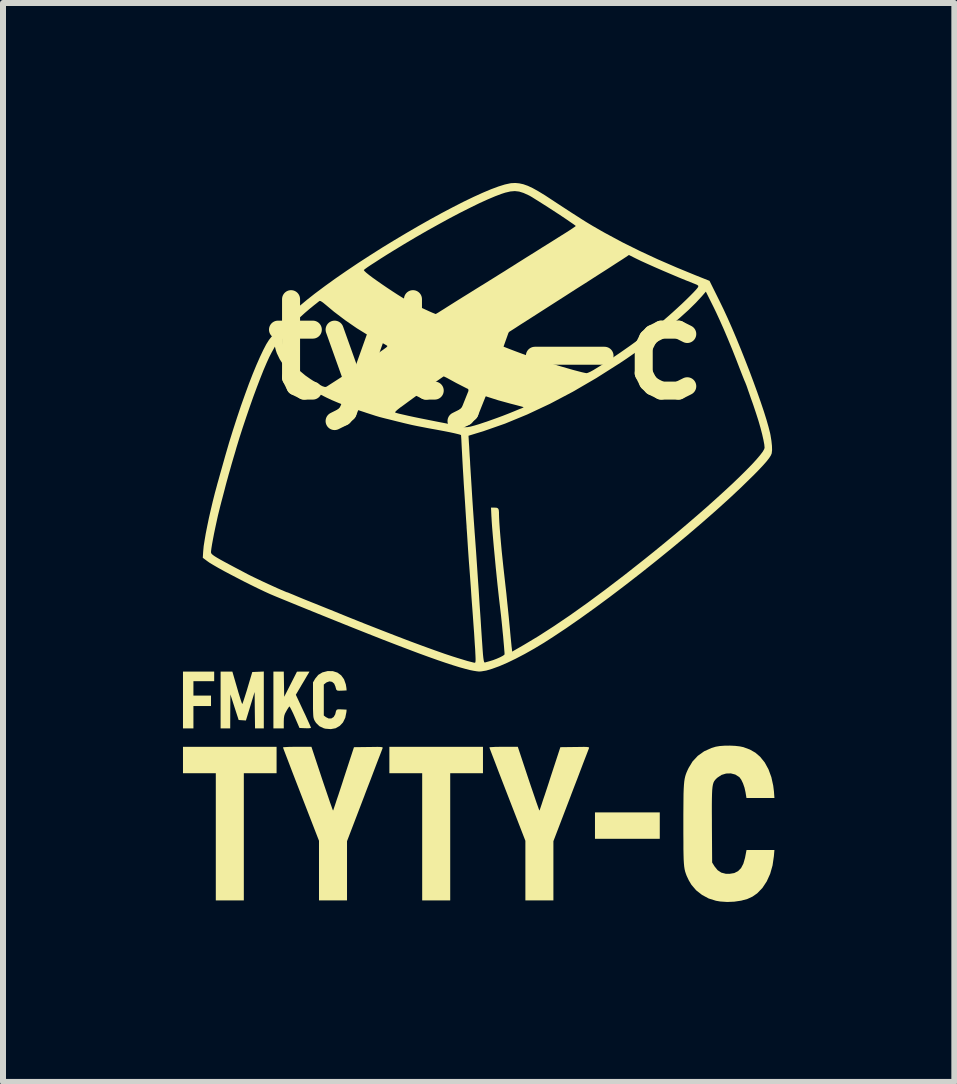
<source format=kicad_pcb>
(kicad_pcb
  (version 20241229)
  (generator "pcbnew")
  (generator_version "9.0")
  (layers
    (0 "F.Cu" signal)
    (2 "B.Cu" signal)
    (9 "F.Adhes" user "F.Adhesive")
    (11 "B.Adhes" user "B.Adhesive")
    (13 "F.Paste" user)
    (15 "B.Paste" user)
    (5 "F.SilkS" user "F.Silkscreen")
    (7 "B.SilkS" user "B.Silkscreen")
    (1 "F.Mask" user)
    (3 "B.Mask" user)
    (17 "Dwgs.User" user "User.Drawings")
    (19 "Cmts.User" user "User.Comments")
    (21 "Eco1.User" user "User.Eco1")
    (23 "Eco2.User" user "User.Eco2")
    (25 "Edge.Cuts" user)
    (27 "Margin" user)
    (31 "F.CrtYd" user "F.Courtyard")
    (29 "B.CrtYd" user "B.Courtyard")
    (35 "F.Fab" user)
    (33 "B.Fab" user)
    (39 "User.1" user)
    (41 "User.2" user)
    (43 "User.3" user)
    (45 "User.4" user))
  (footprint "tyty-c"
    (layer "F.Cu")
    (at 5.067 2.771)
    (property "Reference" "tyty-c" (at 0 0 0) (layer "F.SilkS") (effects (font (size 1.524 1.524) (thickness 0.3))))
    (attr board_only exclude_from_pos_files exclude_from_bom)
    (fp_poly (pts (xy 2.88 8.16) (xy 1.8 8.16) (xy 1.8 7.72) (xy 2.88 7.72)) (stroke (width 0) (type solid)) (fill yes) (layer "F.SilkS"))
    (fp_poly (pts (xy -3.507 7.067) (xy -4.053 7.067) (xy -4.053 9.187) (xy -4.52 9.187) (xy -4.52 7.067) (xy -5.067 7.067) (xy -5.067 6.627) (xy -3.507 6.627)) (stroke (width 0) (type solid)) (fill yes) (layer "F.SilkS"))
    (fp_poly (pts (xy -0.067 7.067) (xy -0.613 7.067) (xy -0.613 9.187) (xy -1.08 9.187) (xy -1.08 7.067) (xy -1.627 7.067) (xy -1.627 6.627) (xy -0.067 6.627)) (stroke (width 0) (type solid)) (fill yes) (layer "F.SilkS"))
    (fp_poly (pts (xy -4.547 5.533) (xy -4.893 5.533) (xy -4.893 5.773) (xy -4.6 5.773) (xy -4.6 5.947) (xy -4.893 5.947) (xy -4.893 6.32) (xy -5.067 6.32) (xy -5.067 5.373) (xy -4.547 5.373)) (stroke (width 0) (type solid)) (fill yes) (layer "F.SilkS"))
    (fp_poly (pts (xy -3.72 6.32) (xy -3.866 6.32) (xy -3.87 6.017) (xy -3.873 5.713) (xy -4.018 6.188) (xy -4.139 6.18) (xy -4.208 5.967) (xy -4.277 5.753) (xy -4.279 6.037) (xy -4.28 6.32) (xy -4.44 6.32) (xy -4.44 5.373) (xy -4.244 5.373) (xy -4.166 5.641) (xy -4.143 5.721) (xy -4.121 5.792) (xy -4.103 5.85) (xy -4.089 5.891) (xy -4.081 5.912) (xy -4.08 5.913) (xy -4.074 5.903) (xy -4.062 5.87) (xy -4.045 5.819) (xy -4.024 5.753) (xy -4 5.677) (xy -3.992 5.649) (xy -3.912 5.38) (xy -3.816 5.376) (xy -3.72 5.372)) (stroke (width 0) (type solid)) (fill yes) (layer "F.SilkS"))
    (fp_poly (pts (xy -3.38 5.793) (xy -3.273 5.583) (xy -3.167 5.374) (xy -3.062 5.373) (xy -2.958 5.373) (xy -2.984 5.417) (xy -3.001 5.445) (xy -3.027 5.49) (xy -3.06 5.546) (xy -3.096 5.606) (xy -3.098 5.61) (xy -3.186 5.759) (xy -3.06 6.029) (xy -3.023 6.107) (xy -2.991 6.178) (xy -2.964 6.237) (xy -2.945 6.281) (xy -2.935 6.305) (xy -2.933 6.31) (xy -2.946 6.315) (xy -2.978 6.318) (xy -3.023 6.317) (xy -3.029 6.317) (xy -3.125 6.313) (xy -3.204 6.13) (xy -3.232 6.067) (xy -3.258 6.014) (xy -3.278 5.975) (xy -3.291 5.955) (xy -3.294 5.954) (xy -3.305 5.968) (xy -3.325 5.998) (xy -3.345 6.033) (xy -3.367 6.074) (xy -3.379 6.11) (xy -3.385 6.151) (xy -3.387 6.206) (xy -3.387 6.213) (xy -3.387 6.32) (xy -3.56 6.32) (xy -3.56 5.373) (xy -3.387 5.373)) (stroke (width 0) (type solid)) (fill yes) (layer "F.SilkS"))
    (fp_poly (pts (xy -2.749 7.161) (xy -2.711 7.274) (xy -2.675 7.379) (xy -2.643 7.473) (xy -2.616 7.553) (xy -2.593 7.617) (xy -2.577 7.663) (xy -2.567 7.687) (xy -2.566 7.69) (xy -2.56 7.677) (xy -2.548 7.641) (xy -2.529 7.585) (xy -2.505 7.511) (xy -2.475 7.423) (xy -2.442 7.323) (xy -2.406 7.213) (xy -2.389 7.159) (xy -2.217 6.633) (xy -1.973 6.63) (xy -1.888 6.629) (xy -1.825 6.628) (xy -1.782 6.629) (xy -1.755 6.632) (xy -1.742 6.636) (xy -1.738 6.642) (xy -1.74 6.65) (xy -1.746 6.666) (xy -1.761 6.705) (xy -1.784 6.765) (xy -1.814 6.842) (xy -1.85 6.936) (xy -1.891 7.044) (xy -1.936 7.163) (xy -1.986 7.292) (xy -2.038 7.428) (xy -2.041 7.437) (xy -2.333 8.2) (xy -2.333 9.187) (xy -2.8 9.187) (xy -2.8 8.193) (xy -3.1 7.42) (xy -3.153 7.283) (xy -3.203 7.154) (xy -3.249 7.035) (xy -3.29 6.927) (xy -3.326 6.833) (xy -3.356 6.755) (xy -3.379 6.695) (xy -3.394 6.655) (xy -3.4 6.637) (xy -3.4 6.637) (xy -3.387 6.633) (xy -3.352 6.631) (xy -3.299 6.628) (xy -3.232 6.627) (xy -3.163 6.627) (xy -2.926 6.627)) (stroke (width 0) (type solid)) (fill yes) (layer "F.SilkS"))
    (fp_poly (pts (xy -2.568 5.366) (xy -2.492 5.39) (xy -2.43 5.436) (xy -2.383 5.501) (xy -2.353 5.586) (xy -2.343 5.647) (xy -2.34 5.687) (xy -2.424 5.691) (xy -2.47 5.692) (xy -2.497 5.688) (xy -2.512 5.674) (xy -2.521 5.644) (xy -2.526 5.623) (xy -2.547 5.574) (xy -2.582 5.544) (xy -2.626 5.536) (xy -2.672 5.552) (xy -2.685 5.561) (xy -2.72 5.589) (xy -2.72 6.105) (xy -2.685 6.132) (xy -2.638 6.155) (xy -2.594 6.154) (xy -2.556 6.13) (xy -2.53 6.086) (xy -2.526 6.07) (xy -2.517 6.032) (xy -2.506 6.011) (xy -2.485 6.002) (xy -2.449 6.002) (xy -2.424 6.003) (xy -2.34 6.007) (xy -2.343 6.047) (xy -2.362 6.142) (xy -2.4 6.22) (xy -2.454 6.278) (xy -2.522 6.317) (xy -2.602 6.332) (xy -2.691 6.325) (xy -2.72 6.318) (xy -2.792 6.284) (xy -2.848 6.23) (xy -2.87 6.196) (xy -2.88 6.176) (xy -2.887 6.156) (xy -2.893 6.132) (xy -2.896 6.099) (xy -2.898 6.054) (xy -2.9 5.993) (xy -2.9 5.911) (xy -2.9 5.847) (xy -2.9 5.553) (xy -2.863 5.49) (xy -2.812 5.428) (xy -2.744 5.387) (xy -2.659 5.365) (xy -2.656 5.364)) (stroke (width 0) (type solid)) (fill yes) (layer "F.SilkS"))
    (fp_poly (pts (xy 0.691 7.161) (xy 0.729 7.274) (xy 0.765 7.379) (xy 0.797 7.473) (xy 0.824 7.553) (xy 0.847 7.617) (xy 0.863 7.663) (xy 0.873 7.687) (xy 0.874 7.69) (xy 0.88 7.677) (xy 0.892 7.641) (xy 0.911 7.585) (xy 0.935 7.511) (xy 0.965 7.423) (xy 0.998 7.323) (xy 1.034 7.213) (xy 1.051 7.159) (xy 1.223 6.633) (xy 1.467 6.63) (xy 1.552 6.629) (xy 1.615 6.628) (xy 1.658 6.629) (xy 1.685 6.632) (xy 1.698 6.636) (xy 1.702 6.642) (xy 1.7 6.65) (xy 1.694 6.666) (xy 1.679 6.705) (xy 1.656 6.765) (xy 1.626 6.842) (xy 1.59 6.936) (xy 1.549 7.044) (xy 1.504 7.163) (xy 1.454 7.292) (xy 1.402 7.428) (xy 1.399 7.437) (xy 1.107 8.2) (xy 1.107 9.187) (xy 0.64 9.187) (xy 0.64 8.193) (xy 0.34 7.42) (xy 0.287 7.283) (xy 0.237 7.154) (xy 0.191 7.035) (xy 0.15 6.927) (xy 0.114 6.833) (xy 0.084 6.755) (xy 0.061 6.695) (xy 0.046 6.655) (xy 0.04 6.637) (xy 0.04 6.637) (xy 0.053 6.633) (xy 0.088 6.631) (xy 0.141 6.628) (xy 0.208 6.627) (xy 0.277 6.627) (xy 0.514 6.627)) (stroke (width 0) (type solid)) (fill yes) (layer "F.SilkS"))
    (fp_poly (pts (xy 4.137 6.611) (xy 4.215 6.62) (xy 4.273 6.632) (xy 4.383 6.673) (xy 4.474 6.725) (xy 4.552 6.792) (xy 4.553 6.793) (xy 4.629 6.887) (xy 4.692 7.002) (xy 4.74 7.133) (xy 4.771 7.274) (xy 4.783 7.37) (xy 4.791 7.48) (xy 4.325 7.48) (xy 4.309 7.383) (xy 4.292 7.307) (xy 4.267 7.235) (xy 4.238 7.175) (xy 4.208 7.134) (xy 4.205 7.131) (xy 4.139 7.089) (xy 4.065 7.07) (xy 3.986 7.072) (xy 3.91 7.095) (xy 3.842 7.14) (xy 3.84 7.142) (xy 3.819 7.161) (xy 3.802 7.18) (xy 3.787 7.2) (xy 3.775 7.225) (xy 3.766 7.256) (xy 3.759 7.296) (xy 3.754 7.348) (xy 3.751 7.413) (xy 3.749 7.494) (xy 3.748 7.593) (xy 3.748 7.714) (xy 3.749 7.857) (xy 3.749 7.936) (xy 3.753 8.555) (xy 3.793 8.62) (xy 3.844 8.683) (xy 3.906 8.724) (xy 3.98 8.743) (xy 4.043 8.744) (xy 4.122 8.731) (xy 4.185 8.699) (xy 4.235 8.648) (xy 4.273 8.575) (xy 4.301 8.478) (xy 4.304 8.462) (xy 4.326 8.347) (xy 4.791 8.347) (xy 4.782 8.45) (xy 4.76 8.603) (xy 4.72 8.744) (xy 4.663 8.87) (xy 4.591 8.979) (xy 4.504 9.069) (xy 4.425 9.124) (xy 4.34 9.163) (xy 4.237 9.191) (xy 4.122 9.208) (xy 4.004 9.213) (xy 3.887 9.205) (xy 3.817 9.193) (xy 3.695 9.155) (xy 3.584 9.095) (xy 3.487 9.019) (xy 3.408 8.927) (xy 3.364 8.853) (xy 3.345 8.813) (xy 3.328 8.777) (xy 3.315 8.742) (xy 3.303 8.706) (xy 3.294 8.667) (xy 3.287 8.621) (xy 3.282 8.567) (xy 3.278 8.501) (xy 3.276 8.421) (xy 3.274 8.325) (xy 3.274 8.209) (xy 3.273 8.072) (xy 3.273 7.92) (xy 3.273 7.758) (xy 3.274 7.621) (xy 3.275 7.505) (xy 3.276 7.408) (xy 3.279 7.328) (xy 3.283 7.261) (xy 3.288 7.206) (xy 3.295 7.16) (xy 3.304 7.12) (xy 3.315 7.084) (xy 3.328 7.05) (xy 3.344 7.014) (xy 3.361 6.979) (xy 3.427 6.87) (xy 3.514 6.777) (xy 3.619 6.702) (xy 3.741 6.647) (xy 3.813 6.625) (xy 3.879 6.614) (xy 3.96 6.608) (xy 4.049 6.607)) (stroke (width 0) (type solid)) (fill yes) (layer "F.SilkS"))
    (fp_poly (pts (xy 0.538 -2.765) (xy 0.606 -2.75) (xy 0.68 -2.724) (xy 0.763 -2.685) (xy 0.858 -2.632) (xy 0.968 -2.565) (xy 1.053 -2.509) (xy 1.19 -2.419) (xy 1.308 -2.342) (xy 1.409 -2.276) (xy 1.497 -2.22) (xy 1.573 -2.171) (xy 1.641 -2.128) (xy 1.704 -2.09) (xy 1.764 -2.054) (xy 1.825 -2.019) (xy 1.889 -1.982) (xy 1.958 -1.943) (xy 1.993 -1.924) (xy 2.257 -1.782) (xy 2.543 -1.64) (xy 2.846 -1.499) (xy 3.164 -1.361) (xy 3.478 -1.232) (xy 3.709 -1.14) (xy 3.878 -0.8) (xy 3.944 -0.664) (xy 4.013 -0.514) (xy 4.085 -0.351) (xy 4.158 -0.179) (xy 4.231 -0.001) (xy 4.303 0.18) (xy 4.374 0.362) (xy 4.441 0.541) (xy 4.504 0.714) (xy 4.562 0.879) (xy 4.614 1.033) (xy 4.658 1.173) (xy 4.693 1.296) (xy 4.719 1.398) (xy 4.726 1.433) (xy 4.741 1.526) (xy 4.75 1.611) (xy 4.752 1.682) (xy 4.746 1.733) (xy 4.745 1.738) (xy 4.731 1.771) (xy 4.704 1.813) (xy 4.663 1.866) (xy 4.606 1.931) (xy 4.533 2.009) (xy 4.441 2.103) (xy 4.414 2.129) (xy 4.232 2.307) (xy 4.031 2.495) (xy 3.813 2.692) (xy 3.581 2.895) (xy 3.338 3.103) (xy 3.086 3.312) (xy 2.829 3.521) (xy 2.569 3.728) (xy 2.309 3.93) (xy 2.051 4.126) (xy 1.799 4.312) (xy 1.555 4.487) (xy 1.322 4.649) (xy 1.102 4.795) (xy 0.951 4.892) (xy 0.788 4.99) (xy 0.63 5.079) (xy 0.479 5.158) (xy 0.336 5.227) (xy 0.206 5.283) (xy 0.088 5.326) (xy -0.013 5.356) (xy -0.097 5.37) (xy -0.133 5.372) (xy -0.17 5.368) (xy -0.221 5.36) (xy -0.277 5.349) (xy -0.281 5.348) (xy -0.363 5.327) (xy -0.457 5.301) (xy -0.564 5.268) (xy -0.684 5.229) (xy -0.819 5.183) (xy -0.968 5.13) (xy -1.133 5.07) (xy -1.316 5.001) (xy -1.515 4.925) (xy -1.733 4.841) (xy -1.971 4.747) (xy -2.228 4.645) (xy -2.507 4.533) (xy -2.807 4.412) (xy -3.13 4.281) (xy -3.477 4.139) (xy -3.54 4.113) (xy -3.62 4.079) (xy -3.714 4.036) (xy -3.819 3.986) (xy -3.931 3.931) (xy -4.047 3.873) (xy -4.163 3.813) (xy -4.276 3.754) (xy -4.382 3.698) (xy -4.478 3.645) (xy -4.559 3.598) (xy -4.624 3.559) (xy -4.665 3.53) (xy -4.737 3.476) (xy -4.731 3.381) (xy -4.6 3.381) (xy -4.599 3.392) (xy -4.594 3.404) (xy -4.583 3.417) (xy -4.565 3.432) (xy -4.538 3.451) (xy -4.499 3.475) (xy -4.447 3.505) (xy -4.38 3.542) (xy -4.296 3.587) (xy -4.193 3.642) (xy -4.069 3.707) (xy -3.992 3.748) (xy -3.943 3.773) (xy -3.881 3.803) (xy -3.808 3.838) (xy -3.73 3.875) (xy -3.648 3.913) (xy -3.569 3.949) (xy -3.494 3.983) (xy -3.428 4.012) (xy -3.376 4.034) (xy -3.34 4.049) (xy -3.325 4.053) (xy -3.311 4.058) (xy -3.278 4.072) (xy -3.231 4.091) (xy -3.189 4.109) (xy -3.122 4.137) (xy -3.052 4.166) (xy -2.99 4.191) (xy -2.967 4.2) (xy -2.925 4.217) (xy -2.864 4.241) (xy -2.79 4.271) (xy -2.708 4.304) (xy -2.624 4.338) (xy -2.62 4.339) (xy -2.326 4.459) (xy -2.044 4.572) (xy -1.776 4.677) (xy -1.524 4.775) (xy -1.289 4.865) (xy -1.073 4.945) (xy -0.877 5.016) (xy -0.704 5.077) (xy -0.653 5.094) (xy -0.568 5.122) (xy -0.482 5.149) (xy -0.4 5.174) (xy -0.327 5.196) (xy -0.265 5.212) (xy -0.222 5.223) (xy -0.203 5.226) (xy -0.195 5.221) (xy -0.191 5.202) (xy -0.19 5.166) (xy -0.192 5.109) (xy -0.194 5.07) (xy -0.197 5.003) (xy -0.203 4.918) (xy -0.209 4.823) (xy -0.215 4.726) (xy -0.22 4.66) (xy -0.227 4.563) (xy -0.235 4.449) (xy -0.244 4.328) (xy -0.253 4.21) (xy -0.26 4.113) (xy -0.267 4.004) (xy -0.276 3.88) (xy -0.285 3.754) (xy -0.294 3.635) (xy -0.301 3.547) (xy -0.308 3.447) (xy -0.316 3.33) (xy -0.324 3.205) (xy -0.332 3.08) (xy -0.34 2.967) (xy -0.34 2.953) (xy -0.348 2.84) (xy -0.356 2.714) (xy -0.364 2.585) (xy -0.372 2.463) (xy -0.379 2.356) (xy -0.38 2.347) (xy -0.387 2.241) (xy -0.394 2.119) (xy -0.402 1.989) (xy -0.409 1.863) (xy -0.415 1.75) (xy -0.415 1.747) (xy -0.42 1.658) (xy -0.424 1.579) (xy -0.427 1.514) (xy -0.43 1.465) (xy -0.432 1.442) (xy -0.308 1.442) (xy -0.301 1.564) (xy -0.297 1.62) (xy -0.293 1.695) (xy -0.288 1.781) (xy -0.282 1.871) (xy -0.28 1.92) (xy -0.269 2.096) (xy -0.257 2.287) (xy -0.245 2.484) (xy -0.232 2.679) (xy -0.219 2.864) (xy -0.207 3.031) (xy -0.207 3.033) (xy -0.199 3.139) (xy -0.191 3.25) (xy -0.182 3.372) (xy -0.173 3.505) (xy -0.163 3.653) (xy -0.152 3.818) (xy -0.139 4.004) (xy -0.126 4.213) (xy -0.121 4.287) (xy -0.113 4.401) (xy -0.105 4.518) (xy -0.098 4.633) (xy -0.091 4.739) (xy -0.085 4.83) (xy -0.08 4.9) (xy -0.073 5.004) (xy -0.067 5.084) (xy -0.061 5.142) (xy -0.055 5.183) (xy -0.049 5.208) (xy -0.042 5.22) (xy -0.034 5.222) (xy -0.032 5.221) (xy -0.009 5.214) (xy 0.028 5.204) (xy 0.042 5.2) (xy 0.101 5.182) (xy 0.159 5.16) (xy 0.214 5.136) (xy 0.257 5.114) (xy 0.286 5.095) (xy 0.293 5.084) (xy 0.292 5.058) (xy 0.288 5.01) (xy 0.283 4.946) (xy 0.276 4.869) (xy 0.269 4.785) (xy 0.26 4.698) (xy 0.252 4.613) (xy 0.244 4.534) (xy 0.237 4.468) (xy 0.234 4.44) (xy 0.216 4.285) (xy 0.2 4.151) (xy 0.187 4.031) (xy 0.175 3.921) (xy 0.164 3.814) (xy 0.153 3.704) (xy 0.147 3.647) (xy 0.13 3.465) (xy 0.115 3.308) (xy 0.103 3.173) (xy 0.093 3.057) (xy 0.085 2.958) (xy 0.079 2.874) (xy 0.075 2.802) (xy 0.074 2.79) (xy 0.067 2.64) (xy 0.126 2.64) (xy 0.162 2.642) (xy 0.184 2.653) (xy 0.196 2.677) (xy 0.2 2.72) (xy 0.2 2.75) (xy 0.202 2.809) (xy 0.206 2.89) (xy 0.213 2.99) (xy 0.222 3.104) (xy 0.233 3.229) (xy 0.245 3.361) (xy 0.259 3.495) (xy 0.273 3.628) (xy 0.287 3.753) (xy 0.297 3.841) (xy 0.309 3.95) (xy 0.323 4.073) (xy 0.336 4.203) (xy 0.35 4.336) (xy 0.363 4.464) (xy 0.374 4.581) (xy 0.384 4.682) (xy 0.387 4.72) (xy 0.394 4.794) (xy 0.401 4.865) (xy 0.407 4.925) (xy 0.411 4.968) (xy 0.412 4.97) (xy 0.42 5.04) (xy 0.613 4.929) (xy 0.853 4.785) (xy 1.108 4.621) (xy 1.38 4.437) (xy 1.667 4.233) (xy 1.969 4.01) (xy 2.287 3.767) (xy 2.618 3.506) (xy 2.78 3.376) (xy 2.966 3.224) (xy 3.148 3.073) (xy 3.324 2.924) (xy 3.494 2.778) (xy 3.657 2.636) (xy 3.811 2.498) (xy 3.955 2.367) (xy 4.089 2.243) (xy 4.21 2.127) (xy 4.318 2.02) (xy 4.412 1.924) (xy 4.49 1.839) (xy 4.552 1.766) (xy 4.596 1.708) (xy 4.621 1.664) (xy 4.627 1.641) (xy 4.622 1.587) (xy 4.608 1.512) (xy 4.587 1.419) (xy 4.559 1.311) (xy 4.525 1.193) (xy 4.485 1.068) (xy 4.442 0.939) (xy 4.426 0.893) (xy 4.4 0.821) (xy 4.377 0.754) (xy 4.357 0.697) (xy 4.343 0.657) (xy 4.34 0.647) (xy 4.324 0.602) (xy 4.303 0.549) (xy 4.293 0.527) (xy 4.276 0.485) (xy 4.253 0.427) (xy 4.228 0.363) (xy 4.214 0.327) (xy 4.15 0.161) (xy 4.083 -0.008) (xy 4.014 -0.175) (xy 3.946 -0.335) (xy 3.88 -0.483) (xy 3.819 -0.615) (xy 3.779 -0.698) (xy 3.648 -0.96) (xy 3.582 -0.883) (xy 3.481 -0.774) (xy 3.359 -0.654) (xy 3.218 -0.527) (xy 3.062 -0.393) (xy 2.891 -0.256) (xy 2.711 -0.117) (xy 2.522 0.021) (xy 2.327 0.157) (xy 2.219 0.229) (xy 1.822 0.481) (xy 1.432 0.708) (xy 1.049 0.91) (xy 0.672 1.087) (xy 0.301 1.24) (xy -0.065 1.368) (xy -0.171 1.4) (xy -0.308 1.442) (xy -0.432 1.442) (xy -0.432 1.436) (xy -0.433 1.431) (xy -0.448 1.424) (xy -0.486 1.414) (xy -0.544 1.4) (xy -0.618 1.384) (xy -0.704 1.367) (xy -0.799 1.349) (xy -0.847 1.34) (xy -0.97 1.318) (xy -1.073 1.298) (xy -1.161 1.281) (xy -1.239 1.265) (xy -1.313 1.248) (xy -1.389 1.23) (xy -1.433 1.219) (xy -1.507 1.201) (xy -1.586 1.181) (xy -1.658 1.163) (xy -1.68 1.158) (xy -1.739 1.143) (xy -1.796 1.128) (xy -1.839 1.115) (xy -1.847 1.113) (xy -2.014 1.059) (xy -2.037 1.051) (xy -1.532 1.051) (xy -1.53 1.055) (xy -1.507 1.063) (xy -1.462 1.075) (xy -1.396 1.09) (xy -1.313 1.109) (xy -1.216 1.13) (xy -1.109 1.152) (xy -0.993 1.175) (xy -0.873 1.199) (xy -0.833 1.207) (xy -0.74 1.225) (xy -0.652 1.242) (xy -0.573 1.258) (xy -0.509 1.272) (xy -0.463 1.283) (xy -0.447 1.287) (xy -0.407 1.296) (xy -0.368 1.3) (xy -0.325 1.298) (xy -0.273 1.289) (xy -0.209 1.272) (xy -0.129 1.248) (xy -0.028 1.214) (xy -0.02 1.212) (xy 0.07 1.18) (xy 0.165 1.146) (xy 0.257 1.112) (xy 0.337 1.081) (xy 0.38 1.064) (xy 0.444 1.038) (xy 0.502 1.014) (xy 0.548 0.995) (xy 0.576 0.985) (xy 0.577 0.984) (xy 0.602 0.973) (xy 0.61 0.965) (xy 0.61 0.965) (xy 0.596 0.961) (xy 0.561 0.951) (xy 0.508 0.937) (xy 0.443 0.92) (xy 0.392 0.907) (xy 0.188 0.851) (xy 0.003 0.792) (xy -0.17 0.726) (xy -0.34 0.651) (xy -0.512 0.563) (xy -0.625 0.501) (xy -0.667 0.478) (xy -0.702 0.461) (xy -0.72 0.453) (xy -0.721 0.453) (xy -0.735 0.461) (xy -0.768 0.484) (xy -0.82 0.52) (xy -0.889 0.568) (xy -0.973 0.629) (xy -1.071 0.699) (xy -1.181 0.779) (xy -1.302 0.867) (xy -1.431 0.962) (xy -1.437 0.965) (xy -1.488 1.005) (xy -1.52 1.034) (xy -1.532 1.051) (xy -2.037 1.051) (xy -2.159 1.011) (xy -2.285 0.967) (xy -2.396 0.926) (xy -2.496 0.886) (xy -2.588 0.847) (xy -2.675 0.806) (xy -2.76 0.763) (xy -2.848 0.715) (xy -2.94 0.661) (xy -3.029 0.603) (xy -3.111 0.547) (xy -3.178 0.496) (xy -3.208 0.47) (xy -3.304 0.373) (xy -3.388 0.27) (xy -3.455 0.166) (xy -3.503 0.066) (xy -3.52 0.015) (xy -3.535 -0.044) (xy -3.59 0.055) (xy -3.629 0.131) (xy -3.674 0.23) (xy -3.725 0.349) (xy -3.779 0.485) (xy -3.836 0.634) (xy -3.895 0.793) (xy -3.954 0.96) (xy -4.013 1.132) (xy -4.071 1.305) (xy -4.126 1.476) (xy -4.177 1.643) (xy -4.193 1.7) (xy -4.23 1.824) (xy -4.26 1.927) (xy -4.284 2.013) (xy -4.305 2.085) (xy -4.322 2.148) (xy -4.338 2.205) (xy -4.353 2.261) (xy -4.368 2.319) (xy -4.368 2.32) (xy -4.388 2.396) (xy -4.408 2.472) (xy -4.426 2.539) (xy -4.439 2.59) (xy -4.44 2.593) (xy -4.461 2.677) (xy -4.484 2.77) (xy -4.506 2.87) (xy -4.528 2.972) (xy -4.549 3.072) (xy -4.567 3.166) (xy -4.582 3.248) (xy -4.593 3.316) (xy -4.599 3.364) (xy -4.6 3.381) (xy -4.731 3.381) (xy -4.729 3.355) (xy -4.722 3.281) (xy -4.707 3.186) (xy -4.688 3.074) (xy -4.663 2.948) (xy -4.635 2.813) (xy -4.603 2.673) (xy -4.57 2.533) (xy -4.535 2.395) (xy -4.5 2.266) (xy -4.496 2.25) (xy -4.474 2.173) (xy -4.45 2.086) (xy -4.427 2.005) (xy -4.42 1.98) (xy -4.36 1.767) (xy -4.298 1.554) (xy -4.233 1.345) (xy -4.167 1.141) (xy -4.101 0.944) (xy -4.034 0.756) (xy -3.969 0.578) (xy -3.905 0.413) (xy -3.843 0.263) (xy -3.784 0.129) (xy -3.729 0.013) (xy -3.679 -0.083) (xy -3.633 -0.156) (xy -3.629 -0.161) (xy -3.41 -0.161) (xy -3.41 -0.124) (xy -3.408 -0.104) (xy -3.38 0.007) (xy -3.327 0.119) (xy -3.249 0.229) (xy -3.149 0.336) (xy -3.027 0.438) (xy -2.941 0.498) (xy -2.856 0.553) (xy -2.79 0.592) (xy -2.741 0.617) (xy -2.706 0.628) (xy -2.683 0.628) (xy -2.68 0.626) (xy -2.663 0.617) (xy -2.628 0.594) (xy -2.575 0.56) (xy -2.508 0.517) (xy -2.429 0.466) (xy -2.342 0.41) (xy -2.258 0.356) (xy -2.125 0.269) (xy -2.012 0.196) (xy -1.918 0.134) (xy -1.842 0.084) (xy -1.781 0.043) (xy -1.735 0.011) (xy -1.702 -0.013) (xy -1.679 -0.03) (xy -1.666 -0.043) (xy -1.661 -0.051) (xy -1.661 -0.055) (xy -1.676 -0.066) (xy -1.709 -0.085) (xy -1.754 -0.11) (xy -1.774 -0.12) (xy 0.12 -0.12) (xy 0.132 -0.109) (xy 0.167 -0.091) (xy 0.221 -0.067) (xy 0.291 -0.037) (xy 0.375 -0.004) (xy 0.469 0.032) (xy 0.571 0.07) (xy 0.678 0.108) (xy 0.786 0.146) (xy 0.894 0.182) (xy 0.997 0.215) (xy 1.007 0.218) (xy 1.118 0.252) (xy 1.227 0.285) (xy 1.332 0.315) (xy 1.428 0.343) (xy 1.512 0.365) (xy 1.581 0.383) (xy 1.631 0.394) (xy 1.659 0.399) (xy 1.682 0.393) (xy 1.721 0.376) (xy 1.767 0.351) (xy 1.779 0.344) (xy 1.913 0.262) (xy 2.061 0.165) (xy 2.219 0.058) (xy 2.382 -0.056) (xy 2.545 -0.174) (xy 2.703 -0.292) (xy 2.85 -0.406) (xy 2.873 -0.425) (xy 2.939 -0.479) (xy 3.012 -0.542) (xy 3.09 -0.611) (xy 3.169 -0.683) (xy 3.247 -0.755) (xy 3.32 -0.825) (xy 3.386 -0.89) (xy 3.442 -0.947) (xy 3.485 -0.993) (xy 3.512 -1.026) (xy 3.517 -1.035) (xy 3.523 -1.05) (xy 3.519 -1.061) (xy 3.5 -1.074) (xy 3.462 -1.09) (xy 3.436 -1.1) (xy 3.323 -1.145) (xy 3.198 -1.196) (xy 3.066 -1.252) (xy 2.932 -1.309) (xy 2.801 -1.366) (xy 2.678 -1.421) (xy 2.568 -1.471) (xy 2.477 -1.515) (xy 2.453 -1.527) (xy 2.366 -1.571) (xy 2.313 -1.535) (xy 2.296 -1.524) (xy 2.272 -1.508) (xy 2.238 -1.486) (xy 2.194 -1.458) (xy 2.138 -1.422) (xy 2.069 -1.377) (xy 1.987 -1.324) (xy 1.888 -1.261) (xy 1.774 -1.188) (xy 1.642 -1.103) (xy 1.49 -1.007) (xy 1.319 -0.897) (xy 1.147 -0.787) (xy 0.969 -0.673) (xy 0.813 -0.573) (xy 0.677 -0.486) (xy 0.559 -0.411) (xy 0.459 -0.346) (xy 0.374 -0.292) (xy 0.304 -0.247) (xy 0.248 -0.21) (xy 0.204 -0.181) (xy 0.171 -0.159) (xy 0.147 -0.142) (xy 0.131 -0.131) (xy 0.123 -0.124) (xy 0.12 -0.121) (xy 0.12 -0.12) (xy -1.774 -0.12) (xy -1.784 -0.126) (xy -1.974 -0.229) (xy -2.17 -0.35) (xy -2.364 -0.484) (xy -2.55 -0.625) (xy -2.685 -0.738) (xy -2.734 -0.778) (xy -2.769 -0.801) (xy -2.789 -0.806) (xy -2.79 -0.805) (xy -2.806 -0.794) (xy -2.838 -0.768) (xy -2.883 -0.733) (xy -2.934 -0.691) (xy -2.947 -0.681) (xy -3.034 -0.607) (xy -3.119 -0.53) (xy -3.198 -0.454) (xy -3.267 -0.381) (xy -3.324 -0.317) (xy -3.365 -0.263) (xy -3.378 -0.241) (xy -3.4 -0.197) (xy -3.41 -0.161) (xy -3.629 -0.161) (xy -3.595 -0.204) (xy -3.553 -0.252) (xy -3.51 -0.308) (xy -3.485 -0.344) (xy -3.428 -0.421) (xy -3.349 -0.509) (xy -3.25 -0.607) (xy -3.133 -0.713) (xy -2.999 -0.825) (xy -2.867 -0.929) (xy -2.701 -1.053) (xy -2.526 -1.179) (xy -2.341 -1.307) (xy -2.323 -1.319) (xy -2.053 -1.319) (xy -2.042 -1.303) (xy -2.012 -1.275) (xy -1.965 -1.237) (xy -1.904 -1.191) (xy -1.832 -1.14) (xy -1.752 -1.084) (xy -1.667 -1.026) (xy -1.581 -0.969) (xy -1.495 -0.913) (xy -1.413 -0.862) (xy -1.338 -0.818) (xy -1.273 -0.781) (xy -1.26 -0.774) (xy -1.212 -0.75) (xy -1.153 -0.721) (xy -1.089 -0.69) (xy -1.024 -0.66) (xy -0.963 -0.632) (xy -0.911 -0.609) (xy -0.873 -0.594) (xy -0.855 -0.587) (xy -0.842 -0.594) (xy -0.811 -0.612) (xy -0.767 -0.64) (xy -0.712 -0.674) (xy -0.695 -0.685) (xy -0.648 -0.715) (xy -0.583 -0.756) (xy -0.502 -0.807) (xy -0.409 -0.865) (xy -0.307 -0.928) (xy -0.2 -0.995) (xy -0.092 -1.062) (xy -0.073 -1.073) (xy 0.029 -1.137) (xy 0.126 -1.197) (xy 0.215 -1.253) (xy 0.293 -1.301) (xy 0.357 -1.342) (xy 0.405 -1.372) (xy 0.435 -1.39) (xy 0.44 -1.394) (xy 0.454 -1.403) (xy 0.474 -1.415) (xy 0.501 -1.433) (xy 0.538 -1.456) (xy 0.586 -1.486) (xy 0.646 -1.524) (xy 0.72 -1.57) (xy 0.81 -1.626) (xy 0.917 -1.694) (xy 1.043 -1.772) (xy 1.189 -1.864) (xy 1.243 -1.898) (xy 1.314 -1.942) (xy 1.376 -1.982) (xy 1.426 -2.015) (xy 1.462 -2.04) (xy 1.479 -2.053) (xy 1.48 -2.054) (xy 1.469 -2.064) (xy 1.439 -2.086) (xy 1.392 -2.118) (xy 1.333 -2.159) (xy 1.263 -2.206) (xy 1.186 -2.257) (xy 1.105 -2.31) (xy 1.023 -2.363) (xy 0.943 -2.414) (xy 0.869 -2.461) (xy 0.803 -2.502) (xy 0.749 -2.536) (xy 0.709 -2.559) (xy 0.693 -2.567) (xy 0.609 -2.605) (xy 0.536 -2.628) (xy 0.465 -2.636) (xy 0.391 -2.63) (xy 0.305 -2.61) (xy 0.24 -2.589) (xy 0.137 -2.55) (xy 0.014 -2.498) (xy -0.127 -2.434) (xy -0.282 -2.358) (xy -0.449 -2.274) (xy -0.626 -2.181) (xy -0.81 -2.08) (xy -0.999 -1.975) (xy -1.19 -1.865) (xy -1.382 -1.751) (xy -1.553 -1.647) (xy -1.668 -1.576) (xy -1.771 -1.511) (xy -1.86 -1.453) (xy -1.935 -1.405) (xy -1.993 -1.366) (xy -2.033 -1.337) (xy -2.052 -1.321) (xy -2.053 -1.319) (xy -2.323 -1.319) (xy -2.149 -1.436) (xy -1.951 -1.564) (xy -1.751 -1.691) (xy -1.548 -1.815) (xy -1.345 -1.936) (xy -1.144 -2.053) (xy -0.946 -2.165) (xy -0.754 -2.27) (xy -0.568 -2.368) (xy -0.392 -2.458) (xy -0.226 -2.538) (xy -0.072 -2.608) (xy 0.068 -2.667) (xy 0.192 -2.713) (xy 0.298 -2.746) (xy 0.385 -2.765) (xy 0.405 -2.768) (xy 0.472 -2.771)) (stroke (width 0) (type solid)) (fill yes) (layer "F.SilkS")))
  (gr_rect
    (start -3 -3)
    (end 12.857 14.984)
    (stroke (width 0.1) (type default))
    (fill no)
    (layer "Edge.Cuts")))
</source>
